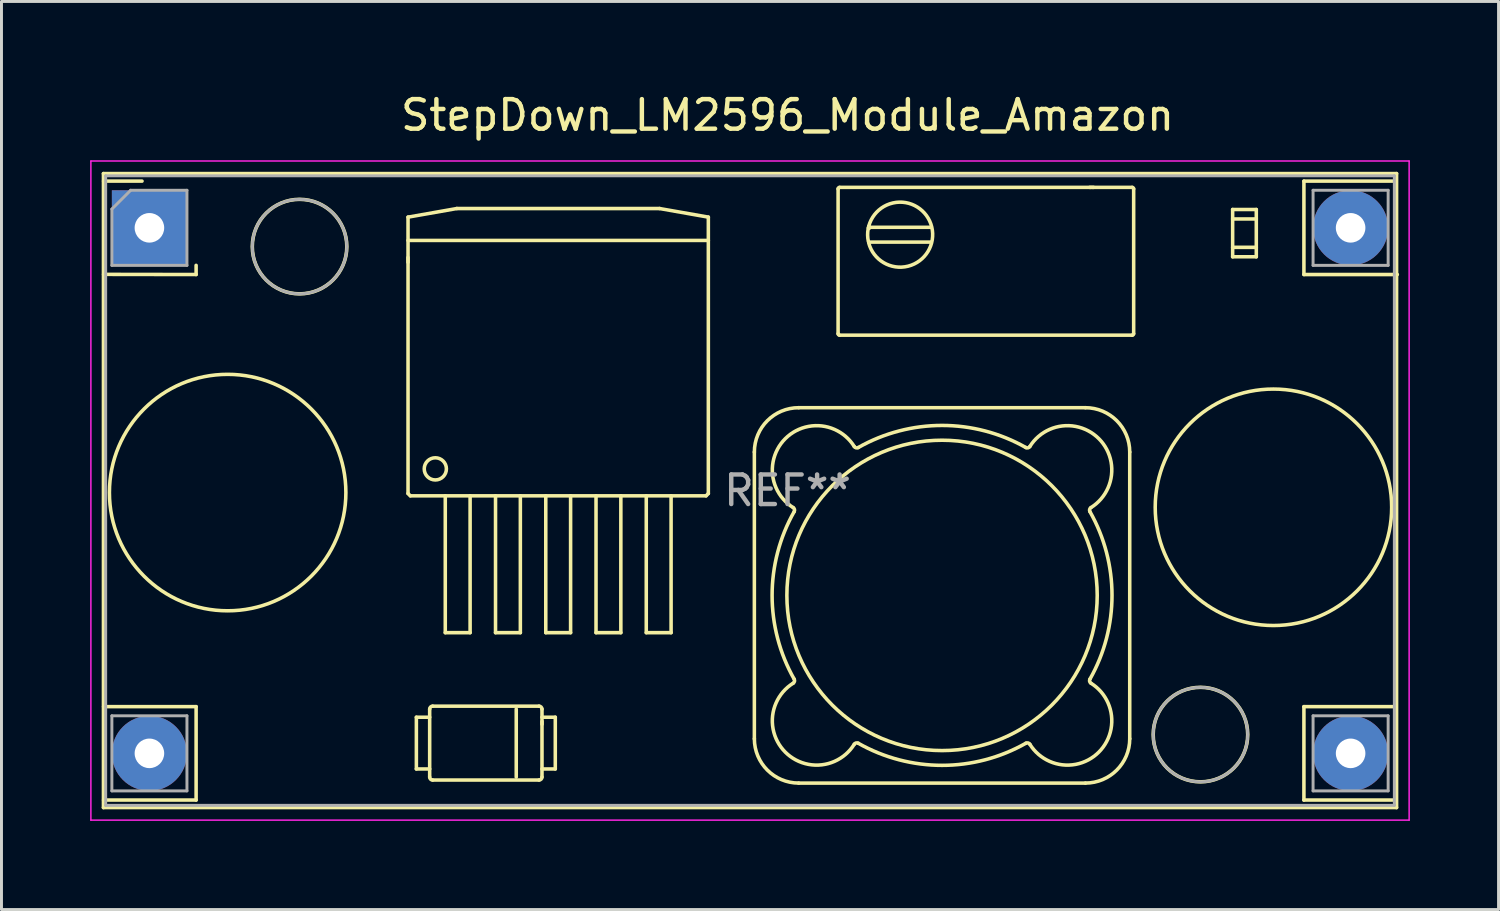
<source format=kicad_pcb>
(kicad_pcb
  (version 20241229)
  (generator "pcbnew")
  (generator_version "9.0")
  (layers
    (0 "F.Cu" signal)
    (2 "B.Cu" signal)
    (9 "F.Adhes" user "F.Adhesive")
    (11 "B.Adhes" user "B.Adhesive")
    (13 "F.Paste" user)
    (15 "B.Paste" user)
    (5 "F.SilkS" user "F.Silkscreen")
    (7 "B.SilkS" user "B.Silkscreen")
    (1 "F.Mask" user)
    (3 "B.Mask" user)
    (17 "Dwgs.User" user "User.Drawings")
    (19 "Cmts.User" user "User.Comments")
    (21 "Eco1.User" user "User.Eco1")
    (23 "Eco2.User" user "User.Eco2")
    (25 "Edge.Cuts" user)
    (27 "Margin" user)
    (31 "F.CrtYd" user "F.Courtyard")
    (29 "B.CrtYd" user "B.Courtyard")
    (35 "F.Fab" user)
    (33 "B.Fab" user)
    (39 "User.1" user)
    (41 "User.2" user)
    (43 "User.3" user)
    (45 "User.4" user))
  (footprint "StepDown_LM2596_Module_Amazon"
    (layer "F.Cu")
    (at 2.005 4.658)
    (property "Reference" "StepDown_LM2596_Module_Amazon" (at 21.59 -3.81 0) (layer "F.SilkS") (effects (font (size 1 1) (thickness 0.15))))
    (attr through_hole)
    (fp_line (start -1.555 -1.835) (end -1.555 19.615) (stroke (width 0.12) (type solid)) (layer "F.SilkS"))
    (fp_line (start -1.555 19.615) (end 42.195 19.615) (stroke (width 0.12) (type solid)) (layer "F.SilkS"))
    (fp_line (start -1.55 -1.58) (end -0.25 -1.58) (stroke (width 0.12) (type solid)) (layer "F.SilkS"))
    (fp_line (start -1.55 1.575) (end 1.58 1.58) (stroke (width 0.12) (type solid)) (layer "F.SilkS"))
    (fp_line (start -1.55 16.2) (end 1.58 16.2) (stroke (width 0.12) (type solid)) (layer "F.SilkS"))
    (fp_line (start -1.55 19.36) (end 1.58 19.36) (stroke (width 0.12) (type solid)) (layer "F.SilkS"))
    (fp_line (start 1.58 1.27) (end 1.58 1.58) (stroke (width 0.12) (type solid)) (layer "F.SilkS"))
    (fp_line (start 1.58 16.2) (end 1.58 19.36) (stroke (width 0.12) (type solid)) (layer "F.SilkS"))
    (fp_line (start 8.749 1.004) (end 8.749 1.166) (stroke (width 0.12) (type solid)) (layer "F.SilkS"))
    (fp_line (start 8.75 -0.362) (end 10.4 -0.653) (stroke (width 0.12) (type solid)) (layer "F.SilkS"))
    (fp_line (start 8.75 8.989) (end 8.75 -0.362) (stroke (width 0.12) (type solid)) (layer "F.SilkS"))
    (fp_line (start 8.75 8.989) (end 8.828 9.067) (stroke (width 0.12) (type solid)) (layer "F.SilkS"))
    (fp_line (start 8.828 9.067) (end 18.833 9.067) (stroke (width 0.12) (type solid)) (layer "F.SilkS"))
    (fp_line (start 9.032 16.558) (end 9.482 16.558) (stroke (width 0.12) (type solid)) (layer "F.SilkS"))
    (fp_line (start 9.032 18.308) (end 9.032 16.558) (stroke (width 0.12) (type solid)) (layer "F.SilkS"))
    (fp_line (start 9.482 18.308) (end 9.032 18.308) (stroke (width 0.12) (type solid)) (layer "F.SilkS"))
    (fp_line (start 9.482 18.583) (end 9.482 16.283) (stroke (width 0.12) (type solid)) (layer "F.SilkS"))
    (fp_line (start 9.582 16.183) (end 13.182 16.183) (stroke (width 0.12) (type solid)) (layer "F.SilkS"))
    (fp_line (start 10.01 13.697) (end 10.01 9.067) (stroke (width 0.12) (type solid)) (layer "F.SilkS"))
    (fp_line (start 10.01 13.697) (end 10.85 13.697) (stroke (width 0.12) (type solid)) (layer "F.SilkS"))
    (fp_line (start 10.4 -0.653) (end 17.26 -0.653) (stroke (width 0.12) (type solid)) (layer "F.SilkS"))
    (fp_line (start 10.85 13.697) (end 10.85 9.067) (stroke (width 0.12) (type solid)) (layer "F.SilkS"))
    (fp_line (start 11.71 13.697) (end 11.71 9.067) (stroke (width 0.12) (type solid)) (layer "F.SilkS"))
    (fp_line (start 11.71 13.697) (end 12.55 13.697) (stroke (width 0.12) (type solid)) (layer "F.SilkS"))
    (fp_line (start 12.411 16.283) (end 12.411 18.583) (stroke (width 0.12) (type solid)) (layer "F.SilkS"))
    (fp_line (start 12.55 13.697) (end 12.55 9.067) (stroke (width 0.12) (type solid)) (layer "F.SilkS"))
    (fp_line (start 13.182 18.683) (end 9.582 18.683) (stroke (width 0.12) (type solid)) (layer "F.SilkS"))
    (fp_line (start 13.282 16.283) (end 13.282 18.583) (stroke (width 0.12) (type solid)) (layer "F.SilkS"))
    (fp_line (start 13.282 16.558) (end 13.732 16.558) (stroke (width 0.12) (type solid)) (layer "F.SilkS"))
    (fp_line (start 13.283 16.795) (end 13.283 16.7) (stroke (width 0.12) (type solid)) (layer "F.SilkS"))
    (fp_line (start 13.41 13.697) (end 13.41 9.067) (stroke (width 0.12) (type solid)) (layer "F.SilkS"))
    (fp_line (start 13.41 13.697) (end 14.25 13.697) (stroke (width 0.12) (type solid)) (layer "F.SilkS"))
    (fp_line (start 13.732 16.558) (end 13.732 18.308) (stroke (width 0.12) (type solid)) (layer "F.SilkS"))
    (fp_line (start 13.732 18.308) (end 13.282 18.308) (stroke (width 0.12) (type solid)) (layer "F.SilkS"))
    (fp_line (start 14.25 13.697) (end 14.25 9.067) (stroke (width 0.12) (type solid)) (layer "F.SilkS"))
    (fp_line (start 15.11 13.697) (end 15.11 9.067) (stroke (width 0.12) (type solid)) (layer "F.SilkS"))
    (fp_line (start 15.11 13.697) (end 15.95 13.697) (stroke (width 0.12) (type solid)) (layer "F.SilkS"))
    (fp_line (start 15.95 13.697) (end 15.95 9.067) (stroke (width 0.12) (type solid)) (layer "F.SilkS"))
    (fp_line (start 16.81 13.697) (end 16.81 9.067) (stroke (width 0.12) (type solid)) (layer "F.SilkS"))
    (fp_line (start 16.81 13.697) (end 17.65 13.697) (stroke (width 0.12) (type solid)) (layer "F.SilkS"))
    (fp_line (start 17.26 -0.653) (end 18.91 -0.362) (stroke (width 0.12) (type solid)) (layer "F.SilkS"))
    (fp_line (start 17.65 13.697) (end 17.65 9.067) (stroke (width 0.12) (type solid)) (layer "F.SilkS"))
    (fp_line (start 18.833 9.067) (end 18.91 8.989) (stroke (width 0.12) (type solid)) (layer "F.SilkS"))
    (fp_line (start 18.91 0.427) (end 8.75 0.427) (stroke (width 0.12) (type solid)) (layer "F.SilkS"))
    (fp_line (start 18.91 8.989) (end 18.91 -0.362) (stroke (width 0.12) (type solid)) (layer "F.SilkS"))
    (fp_line (start 20.467 7.586) (end 20.467 17.286) (stroke (width 0.12) (type solid)) (layer "F.SilkS"))
    (fp_line (start 21.967 18.786) (end 31.667 18.786) (stroke (width 0.12) (type solid)) (layer "F.SilkS"))
    (fp_line (start 23.3 3.582) (end 23.3 -1.318) (stroke (width 0.12) (type solid)) (layer "F.SilkS"))
    (fp_line (start 23.35 -1.368) (end 33.25 -1.368) (stroke (width 0.12) (type solid)) (layer "F.SilkS"))
    (fp_line (start 24.336 -0.049) (end 24.361 -0.018) (stroke (width 0.12) (type solid)) (layer "F.SilkS"))
    (fp_line (start 24.349 0.007) (end 24.324 0.002) (stroke (width 0.12) (type solid)) (layer "F.SilkS"))
    (fp_line (start 24.349 0.007) (end 24.356 -0.024) (stroke (width 0.12) (type solid)) (layer "F.SilkS"))
    (fp_line (start 24.349 0.007) (end 24.361 -0.018) (stroke (width 0.12) (type solid)) (layer "F.SilkS"))
    (fp_line (start 24.361 0.482) (end 26.439 0.482) (stroke (width 0.12) (type solid)) (layer "F.SilkS"))
    (fp_line (start 26.439 -0.018) (end 24.361 -0.018) (stroke (width 0.12) (type solid)) (layer "F.SilkS"))
    (fp_line (start 31.667 6.086) (end 21.967 6.086) (stroke (width 0.12) (type solid)) (layer "F.SilkS"))
    (fp_line (start 31.859 -1.369) (end 31.814 -1.369) (stroke (width 0.12) (type solid)) (layer "F.SilkS"))
    (fp_line (start 31.942 -1.369) (end 31.908 -1.369) (stroke (width 0.12) (type solid)) (layer "F.SilkS"))
    (fp_line (start 33.167 17.286) (end 33.167 7.586) (stroke (width 0.12) (type solid)) (layer "F.SilkS"))
    (fp_line (start 33.25 3.632) (end 23.35 3.632) (stroke (width 0.12) (type solid)) (layer "F.SilkS"))
    (fp_line (start 33.3 -1.318) (end 33.3 3.582) (stroke (width 0.12) (type solid)) (layer "F.SilkS"))
    (fp_line (start 36.649 -0.3) (end 37.449 -0.3) (stroke (width 0.12) (type solid)) (layer "F.SilkS"))
    (fp_line (start 36.649 0.98) (end 36.649 -0.62) (stroke (width 0.12) (type solid)) (layer "F.SilkS"))
    (fp_line (start 37.449 -0.62) (end 36.649 -0.62) (stroke (width 0.12) (type solid)) (layer "F.SilkS"))
    (fp_line (start 37.449 -0.62) (end 37.449 0.98) (stroke (width 0.12) (type solid)) (layer "F.SilkS"))
    (fp_line (start 37.449 0.66) (end 36.649 0.66) (stroke (width 0.12) (type solid)) (layer "F.SilkS"))
    (fp_line (start 37.449 0.98) (end 36.649 0.98) (stroke (width 0.12) (type solid)) (layer "F.SilkS"))
    (fp_line (start 39.06 -1.58) (end 42.175 -1.58) (stroke (width 0.12) (type solid)) (layer "F.SilkS"))
    (fp_line (start 39.06 1.58) (end 39.06 -1.58) (stroke (width 0.12) (type solid)) (layer "F.SilkS"))
    (fp_line (start 39.06 1.58) (end 42.22 1.58) (stroke (width 0.12) (type solid)) (layer "F.SilkS"))
    (fp_line (start 39.06 16.2) (end 42.175 16.2) (stroke (width 0.12) (type solid)) (layer "F.SilkS"))
    (fp_line (start 39.06 19.36) (end 39.06 16.2) (stroke (width 0.12) (type solid)) (layer "F.SilkS"))
    (fp_line (start 39.06 19.36) (end 42.175 19.36) (stroke (width 0.12) (type solid)) (layer "F.SilkS"))
    (fp_line (start 42.195 -1.835) (end -1.555 -1.835) (stroke (width 0.12) (type solid)) (layer "F.SilkS"))
    (fp_line (start 42.195 19.615) (end 42.195 -1.835) (stroke (width 0.12) (type solid)) (layer "F.SilkS"))
    (fp_arc (start 9.481636 16.283217) (mid 9.510925 16.212506) (end 9.581636 16.183217) (stroke (width 0.12) (type solid)) (layer "F.SilkS"))
    (fp_arc (start 9.581636 18.683217) (mid 9.510925 18.653928) (end 9.481636 18.583217) (stroke (width 0.12) (type solid)) (layer "F.SilkS"))
    (fp_arc (start 13.181636 16.183217) (mid 13.252347 16.212506) (end 13.281636 16.283217) (stroke (width 0.12) (type solid)) (layer "F.SilkS"))
    (fp_arc (start 13.281636 18.583217) (mid 13.252347 18.653928) (end 13.181636 18.683217) (stroke (width 0.12) (type solid)) (layer "F.SilkS"))
    (fp_arc (start 20.467397 7.585796) (mid 20.906737 6.525136) (end 21.967397 6.085796) (stroke (width 0.12) (type solid)) (layer "F.SilkS"))
    (fp_arc (start 21.781131 9.46601) (mid 21.825145 9.526245) (end 21.815218 9.600183) (stroke (width 0.12) (type solid)) (layer "F.SilkS"))
    (fp_arc (start 21.781132 9.466011) (mid 21.514096 7.132496) (end 23.847611 7.399531) (stroke (width 0.12) (type solid)) (layer "F.SilkS"))
    (fp_arc (start 21.815217 15.271409) (mid 21.825145 15.345347) (end 21.781132 15.405582) (stroke (width 0.12) (type solid)) (layer "F.SilkS"))
    (fp_arc (start 21.815218 15.27141) (mid 21.067397 12.435796) (end 21.815218 9.600183) (stroke (width 0.12) (type solid)) (layer "F.SilkS"))
    (fp_arc (start 21.967397 18.785796) (mid 20.906737 18.346456) (end 20.467397 17.285796) (stroke (width 0.12) (type solid)) (layer "F.SilkS"))
    (fp_arc (start 23.299783 -1.317705) (mid 23.314428 -1.35306) (end 23.349783 -1.367705) (stroke (width 0.12) (type solid)) (layer "F.SilkS"))
    (fp_arc (start 23.349783 3.632294) (mid 23.314428 3.617649) (end 23.299783 3.582294) (stroke (width 0.12) (type solid)) (layer "F.SilkS"))
    (fp_arc (start 23.847611 17.472062) (mid 21.514095 17.739097) (end 21.781132 15.405582) (stroke (width 0.12) (type solid)) (layer "F.SilkS"))
    (fp_arc (start 23.847611 17.472062) (mid 23.907845 17.428049) (end 23.981783 17.437976) (stroke (width 0.12) (type solid)) (layer "F.SilkS"))
    (fp_arc (start 23.981783 7.433617) (mid 23.907845 7.443544) (end 23.847611 7.399531) (stroke (width 0.12) (type solid)) (layer "F.SilkS"))
    (fp_arc (start 23.981784 7.433617) (mid 26.817397 6.685796) (end 29.653011 7.433617) (stroke (width 0.12) (type solid)) (layer "F.SilkS"))
    (fp_arc (start 24.324148 0.462527) (mid 26.469605 -0.023594) (end 24.336385 0.51369) (stroke (width 0.12) (type solid)) (layer "F.SilkS"))
    (fp_arc (start 29.653011 17.437976) (mid 26.817397 18.185797) (end 23.981783 17.437976) (stroke (width 0.12) (type solid)) (layer "F.SilkS"))
    (fp_arc (start 29.653011 17.437976) (mid 29.726949 17.428049) (end 29.787183 17.472062) (stroke (width 0.12) (type solid)) (layer "F.SilkS"))
    (fp_arc (start 29.787183 7.399531) (mid 29.726949 7.443544) (end 29.653011 7.433617) (stroke (width 0.12) (type solid)) (layer "F.SilkS"))
    (fp_arc (start 29.787183 7.399531) (mid 32.120699 7.132496) (end 31.853662 9.466011) (stroke (width 0.12) (type solid)) (layer "F.SilkS"))
    (fp_arc (start 31.667397 6.085796) (mid 32.728057 6.525136) (end 33.167397 7.585796) (stroke (width 0.12) (type solid)) (layer "F.SilkS"))
    (fp_arc (start 31.819576 9.600183) (mid 32.567397 12.435796) (end 31.819576 15.27141) (stroke (width 0.12) (type solid)) (layer "F.SilkS"))
    (fp_arc (start 31.819577 9.600184) (mid 31.809649 9.526246) (end 31.853662 9.466011) (stroke (width 0.12) (type solid)) (layer "F.SilkS"))
    (fp_arc (start 31.853662 15.405582) (mid 32.120698 17.739097) (end 29.787183 17.472062) (stroke (width 0.12) (type solid)) (layer "F.SilkS"))
    (fp_arc (start 31.853663 15.405583) (mid 31.809649 15.345348) (end 31.819576 15.27141) (stroke (width 0.12) (type solid)) (layer "F.SilkS"))
    (fp_arc (start 33.167397 17.285796) (mid 32.728057 18.346456) (end 31.667397 18.785796) (stroke (width 0.12) (type solid)) (layer "F.SilkS"))
    (fp_arc (start 33.249783 -1.367705) (mid 33.285138 -1.35306) (end 33.299783 -1.317705) (stroke (width 0.12) (type solid)) (layer "F.SilkS"))
    (fp_arc (start 33.299783 3.582294) (mid 33.285138 3.617649) (end 33.249783 3.632294) (stroke (width 0.12) (type solid)) (layer "F.SilkS"))
    (fp_circle (center 2.647 8.957) (end 6.647 8.957) (stroke (width 0.12) (type solid)) (fill no) (layer "F.SilkS"))
    (fp_circle (center 5.08 0.635) (end 6.679 0.635) (stroke (width 0.12) (type solid)) (fill no) (layer "F.SilkS"))
    (fp_circle (center 9.673 8.155) (end 10.048 8.155) (stroke (width 0.12) (type solid)) (fill no) (layer "F.SilkS"))
    (fp_circle (center 26.817 12.436) (end 32.067 12.436) (stroke (width 0.12) (type solid)) (fill no) (layer "F.SilkS"))
    (fp_circle (center 35.56 17.145) (end 37.159 17.145) (stroke (width 0.12) (type solid)) (fill no) (layer "F.SilkS"))
    (fp_circle (center 38.029 9.455) (end 42.029 9.455) (stroke (width 0.12) (type solid)) (fill no) (layer "F.SilkS"))
    (fp_line (start -1.98 -2.26) (end 42.62 -2.26) (stroke (width 0.05) (type solid)) (layer "F.CrtYd"))
    (fp_line (start -1.98 20.04) (end -1.98 -2.26) (stroke (width 0.05) (type solid)) (layer "F.CrtYd"))
    (fp_line (start 42.62 -2.26) (end 42.62 20.04) (stroke (width 0.05) (type solid)) (layer "F.CrtYd"))
    (fp_line (start 42.62 20.04) (end -1.98 20.04) (stroke (width 0.05) (type solid)) (layer "F.CrtYd"))
    (fp_line (start -1.48 -1.76) (end -1.48 19.54) (stroke (width 0.1) (type solid)) (layer "F.Fab"))
    (fp_line (start -1.48 19.54) (end 42.12 19.54) (stroke (width 0.1) (type solid)) (layer "F.Fab"))
    (fp_line (start -1.27 -0.635) (end -0.635 -1.27) (stroke (width 0.1) (type solid)) (layer "F.Fab"))
    (fp_line (start -1.27 1.27) (end -1.27 -0.635) (stroke (width 0.1) (type solid)) (layer "F.Fab"))
    (fp_line (start -1.27 16.51) (end 1.27 16.51) (stroke (width 0.1) (type solid)) (layer "F.Fab"))
    (fp_line (start -1.27 19.05) (end -1.27 16.51) (stroke (width 0.1) (type solid)) (layer "F.Fab"))
    (fp_line (start -0.635 -1.27) (end 1.27 -1.27) (stroke (width 0.1) (type solid)) (layer "F.Fab"))
    (fp_line (start 1.27 -1.27) (end 1.27 1.27) (stroke (width 0.1) (type solid)) (layer "F.Fab"))
    (fp_line (start 1.27 1.27) (end -1.27 1.27) (stroke (width 0.1) (type solid)) (layer "F.Fab"))
    (fp_line (start 1.27 16.51) (end 1.27 19.05) (stroke (width 0.1) (type solid)) (layer "F.Fab"))
    (fp_line (start 1.27 19.05) (end -1.27 19.05) (stroke (width 0.1) (type solid)) (layer "F.Fab"))
    (fp_line (start 39.37 -1.27) (end 41.91 -1.27) (stroke (width 0.1) (type solid)) (layer "F.Fab"))
    (fp_line (start 39.37 1.27) (end 39.37 -1.27) (stroke (width 0.1) (type solid)) (layer "F.Fab"))
    (fp_line (start 39.37 16.51) (end 41.91 16.51) (stroke (width 0.1) (type solid)) (layer "F.Fab"))
    (fp_line (start 39.37 19.05) (end 39.37 16.51) (stroke (width 0.1) (type solid)) (layer "F.Fab"))
    (fp_line (start 41.91 -1.27) (end 41.91 1.27) (stroke (width 0.1) (type solid)) (layer "F.Fab"))
    (fp_line (start 41.91 1.27) (end 39.37 1.27) (stroke (width 0.1) (type solid)) (layer "F.Fab"))
    (fp_line (start 41.91 16.51) (end 41.91 19.05) (stroke (width 0.1) (type solid)) (layer "F.Fab"))
    (fp_line (start 41.91 19.05) (end 39.37 19.05) (stroke (width 0.1) (type solid)) (layer "F.Fab"))
    (fp_line (start 42.12 -1.76) (end -1.48 -1.76) (stroke (width 0.1) (type solid)) (layer "F.Fab"))
    (fp_line (start 42.12 19.54) (end 42.12 -1.76) (stroke (width 0.1) (type solid)) (layer "F.Fab"))
    (fp_circle (center 5.08 0.635) (end 6.679 0.635) (stroke (width 0.1) (type solid)) (fill no) (layer "F.Fab"))
    (fp_circle (center 35.56 17.145) (end 37.159 17.145) (stroke (width 0.1) (type solid)) (fill no) (layer "F.Fab"))
    (fp_text user "REF**" (at 21.59 8.89 0) (layer "F.Fab") (effects (font (size 1 1) (thickness 0.15))))
    (pad "1" thru_hole rect (at 0 0) (size 2.54 2.54) (drill 1) (layers "*.Cu" "*.Mask"))
    (pad "2" thru_hole circle (at 0 17.78) (size 2.54 2.54) (drill 1) (layers "*.Cu" "*.Mask"))
    (pad "3" thru_hole circle (at 40.64 17.78) (size 2.54 2.54) (drill 1) (layers "*.Cu" "*.Mask"))
    (pad "4" thru_hole circle (at 40.64 0) (size 2.54 2.54) (drill 1) (layers "*.Cu" "*.Mask")))
  (gr_rect
    (start -3 -3)
    (end 47.65 27.723)
    (stroke (width 0.1) (type default))
    (fill no)
    (layer "Edge.Cuts")))
</source>
